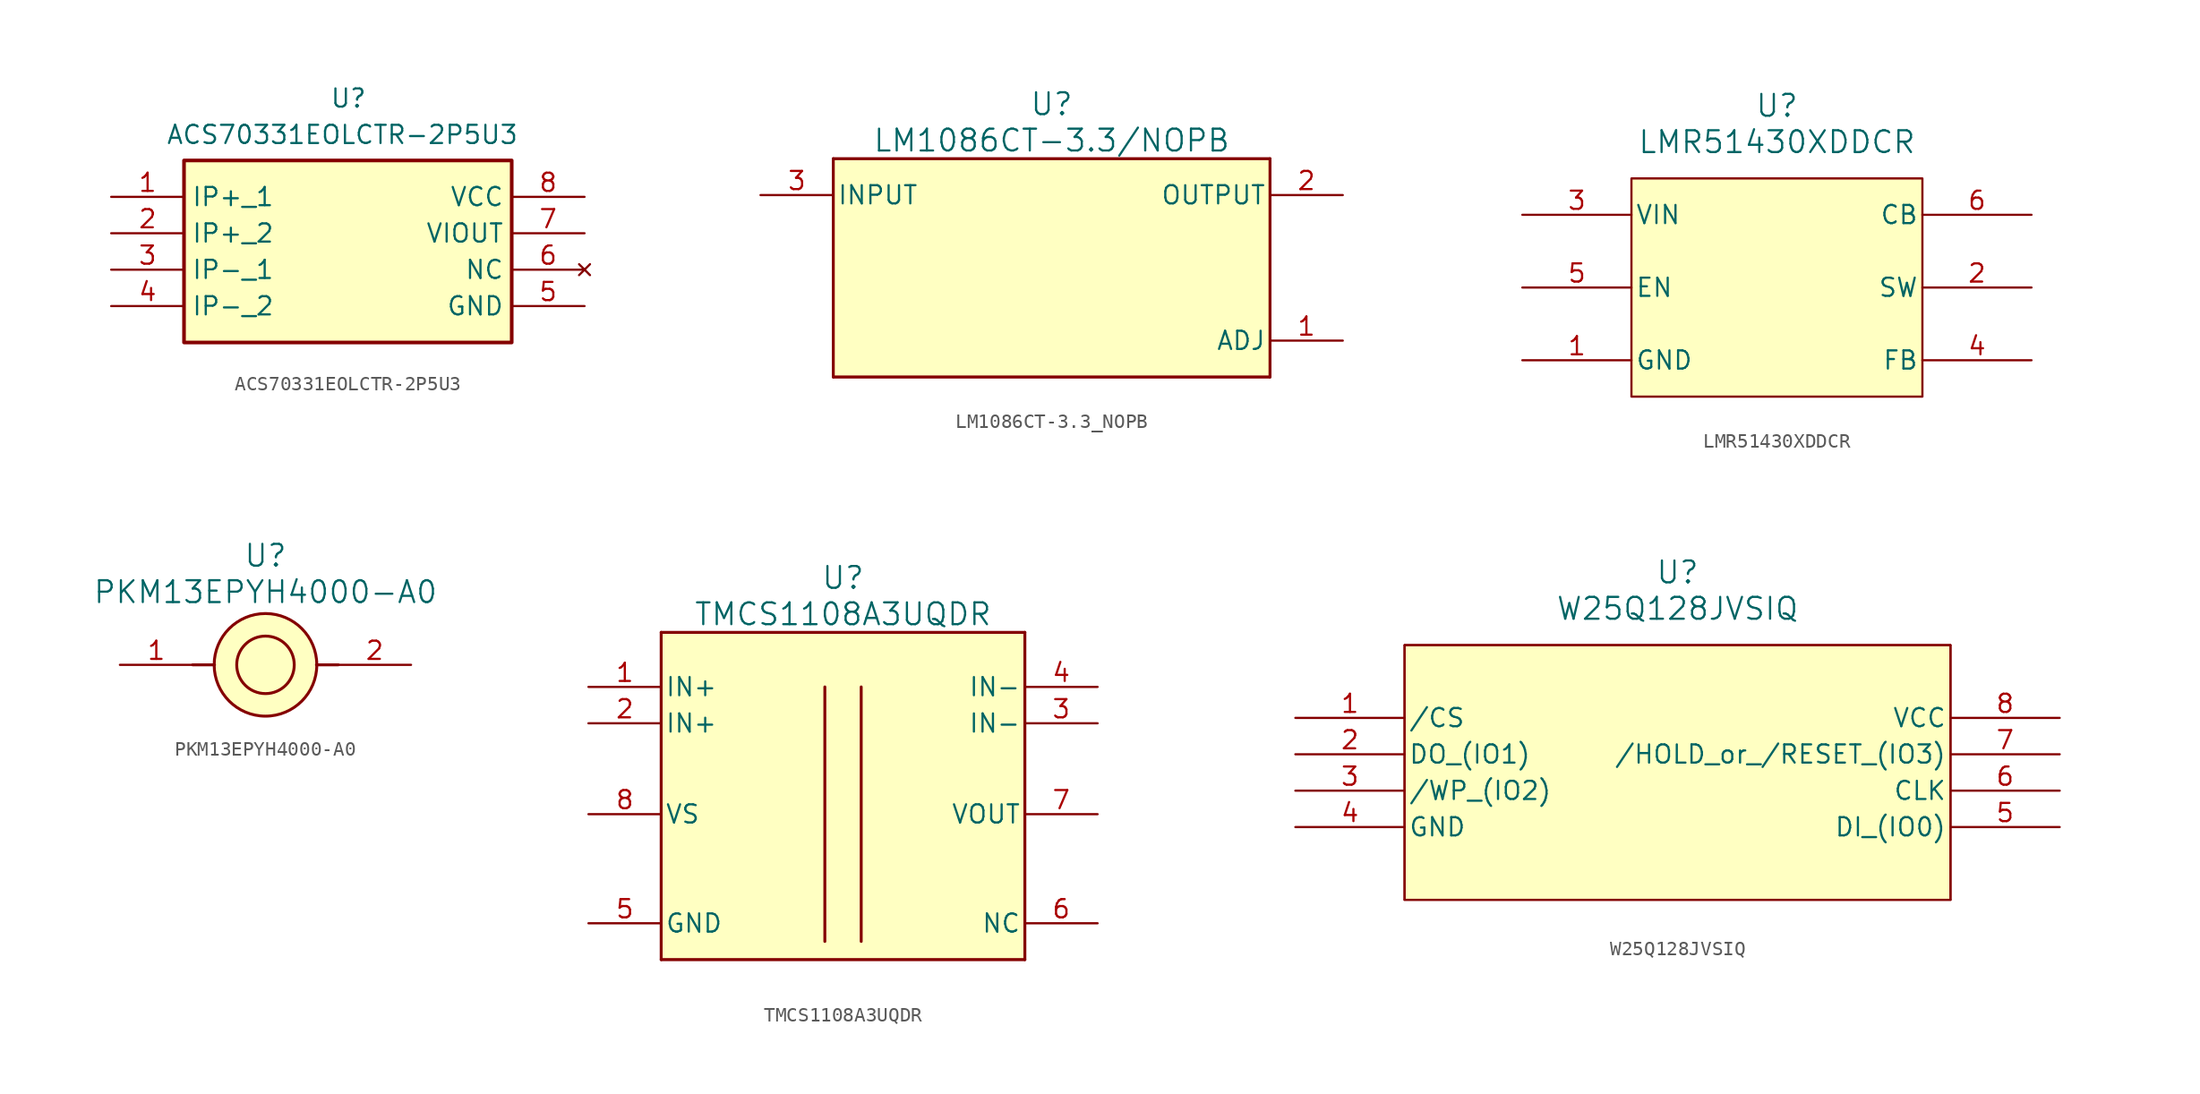
<source format=kicad_sym>
(kicad_symbol_lib
  (version 20220914)
  (generator kicad_symbol_editor)
  (symbol "ACS70331EOLCTR-2P5U3"
    (property "Reference" "U"
      (at -1.27 11.43 0)
      (effects (font (size 1.27 1.27)) (justify left top)))
    (property "Value" "ACS70331EOLCTR-2P5U3"
      (at -12.7 8.89 0)
      (effects (font (size 1.27 1.27)) (justify left top)))
    (symbol "ACS70331EOLCTR-2P5U3_1_1"
      (rectangle (start -11.43 6.35) (end 11.43 -6.35) (stroke (width 0.254) (type default)) (fill (type background)))
      (pin passive line (at -16.51 3.81 0) (length 5.08) (name "IP+_1" (effects (font (size 1.27 1.27)))) (number "1" (effects (font (size 1.27 1.27)))))
      (pin passive line (at -16.51 1.27 0) (length 5.08) (name "IP+_2" (effects (font (size 1.27 1.27)))) (number "2" (effects (font (size 1.27 1.27)))))
      (pin passive line (at -16.51 -1.27 0) (length 5.08) (name "IP-_1" (effects (font (size 1.27 1.27)))) (number "3" (effects (font (size 1.27 1.27)))))
      (pin passive line (at -16.51 -3.81 0) (length 5.08) (name "IP-_2" (effects (font (size 1.27 1.27)))) (number "4" (effects (font (size 1.27 1.27)))))
      (pin passive line (at 16.51 -3.81 180) (length 5.08) (name "GND" (effects (font (size 1.27 1.27)))) (number "5" (effects (font (size 1.27 1.27)))))
      (pin no_connect line (at 16.51 -1.27 180) (length 5.08) (name "NC" (effects (font (size 1.27 1.27)))) (number "6" (effects (font (size 1.27 1.27)))))
      (pin passive line (at 16.51 1.27 180) (length 5.08) (name "VIOUT" (effects (font (size 1.27 1.27)))) (number "7" (effects (font (size 1.27 1.27)))))
      (pin passive line (at 16.51 3.81 180) (length 5.08) (name "VCC" (effects (font (size 1.27 1.27)))) (number "8" (effects (font (size 1.27 1.27)))))))
  (symbol "LM1086CT-3.3_NOPB"
    (pin_names
      (offset 0.254))
    (property "Reference" "U"
      (at 0 11.43 0)
      (effects (font (size 1.524 1.524))))
    (property "Value" "LM1086CT-3.3/NOPB"
      (at 0 8.89 0)
      (effects (font (size 1.524 1.524))))
    (property "ki_locked" ""
      (at 0 0 0)
      (effects (font (size 1.27 1.27))))
    (symbol "LM1086CT-3.3_NOPB_0_1"
      (polyline (pts (xy -15.24 -7.62) (xy 15.24 -7.62)) (stroke (width 0.203) (type default)) (fill (type none)))
      (polyline (pts (xy -15.24 7.62) (xy -15.24 -7.62)) (stroke (width 0.203) (type default)) (fill (type none)))
      (polyline (pts (xy 15.24 -7.62) (xy 15.24 7.62)) (stroke (width 0.203) (type default)) (fill (type none)))
      (pin power_in line (at 20.32 5.08 180) (length 5.08) (name "OUTPUT" (effects (font (size 1.27 1.27)))) (number "2" (effects (font (size 1.27 1.27)))))
      (pin power_in line (at -20.32 5.08 0) (length 5.08) (name "INPUT" (effects (font (size 1.27 1.27)))) (number "3" (effects (font (size 1.27 1.27))))))
    (symbol "LM1086CT-3.3_NOPB_1_1"
      (rectangle (start -15.24 7.62) (end 15.24 -7.62) (stroke (width 0) (type default)) (fill (type background)))
      (polyline (pts (xy 15.24 7.62) (xy -15.24 7.62)) (stroke (width 0.203) (type default)) (fill (type background)))
      (pin power_in line (at 20.32 -5.08 180) (length 5.08) (name "ADJ" (effects (font (size 1.27 1.27)))) (number "1" (effects (font (size 1.27 1.27)))))))
  (symbol "LMR51430XDDCR"
    (pin_names
      (offset 0.254))
    (property "Reference" "U"
      (at 0 12.7 0)
      (effects (font (size 1.524 1.524))))
    (property "Value" "LMR51430XDDCR"
      (at 0 10.16 0)
      (effects (font (size 1.524 1.524))))
    (property "ki_locked" ""
      (at 0 0 0)
      (effects (font (size 1.27 1.27))))
    (symbol "LMR51430XDDCR_0_1"
      (pin power_out line (at -17.78 -5.08 0) (length 7.62) (name "GND" (effects (font (size 1.27 1.27)))) (number "1" (effects (font (size 1.27 1.27)))))
      (pin power_in line (at 17.78 0 180) (length 7.62) (name "SW" (effects (font (size 1.27 1.27)))) (number "2" (effects (font (size 1.27 1.27)))))
      (pin power_in line (at -17.78 5.08 0) (length 7.62) (name "VIN" (effects (font (size 1.27 1.27)))) (number "3" (effects (font (size 1.27 1.27)))))
      (pin power_in line (at 17.78 5.08 180) (length 7.62) (name "CB" (effects (font (size 1.27 1.27)))) (number "6" (effects (font (size 1.27 1.27))))))
    (symbol "LMR51430XDDCR_1_1"
      (rectangle (start -10.16 7.62) (end 10.16 -7.62) (stroke (width 0) (type default)) (fill (type background)))
      (pin passive line (at 17.78 -5.08 180) (length 7.62) (name "FB" (effects (font (size 1.27 1.27)))) (number "4" (effects (font (size 1.27 1.27)))))
      (pin passive line (at -17.78 0 0) (length 7.62) (name "EN" (effects (font (size 1.27 1.27)))) (number "5" (effects (font (size 1.27 1.27)))))))
  (symbol "PKM13EPYH4000-A0"
    (pin_names
      (offset 0.254))
    (property "Reference" "U"
      (at 0 7.62 0)
      (effects (font (size 1.524 1.524))))
    (property "Value" "PKM13EPYH4000-A0"
      (at 0 5.08 0)
      (effects (font (size 1.524 1.524))))
    (property "ki_locked" ""
      (at 0 0 0)
      (effects (font (size 1.27 1.27))))
    (symbol "PKM13EPYH4000-A0_0_1"
      (polyline (pts (xy -5.08 0) (xy -3.556 0)) (stroke (width 0.203) (type default)) (fill (type none)))
      (polyline (pts (xy 3.556 0) (xy 5.08 0)) (stroke (width 0.203) (type default)) (fill (type none)))
      (circle (center 0 0) (radius 2.007) (stroke (width 0.203) (type default)) (fill (type none)))
      (pin unspecified line (at -10.16 0 0) (length 5.08) (name "" (effects (font (size 1.27 1.27)))) (number "1" (effects (font (size 1.27 1.27)))))
      (pin unspecified line (at 10.16 0 180) (length 5.08) (name "" (effects (font (size 1.27 1.27)))) (number "2" (effects (font (size 1.27 1.27))))))
    (symbol "PKM13EPYH4000-A0_1_1"
      (circle (center 0 0) (radius 3.581) (stroke (width 0.203) (type default)) (fill (type background)))))
  (symbol "TMCS1108A3UQDR"
    (pin_names
      (offset 0.254))
    (property "Reference" "U"
      (at 0 16.51 0)
      (effects (font (size 1.524 1.524))))
    (property "Value" "TMCS1108A3UQDR"
      (at 0 13.97 0)
      (effects (font (size 1.524 1.524))))
    (property "ki_locked" ""
      (at 0 0 0)
      (effects (font (size 1.27 1.27))))
    (symbol "TMCS1108A3UQDR_0_1"
      (polyline (pts (xy -12.7 -10.16) (xy 12.7 -10.16)) (stroke (width 0.203) (type default)) (fill (type none)))
      (polyline (pts (xy -12.7 12.7) (xy -12.7 -10.16)) (stroke (width 0.203) (type default)) (fill (type none)))
      (polyline (pts (xy -1.27 8.89) (xy -1.27 -8.89)) (stroke (width 0.203) (type default)) (fill (type none)))
      (polyline (pts (xy 1.27 8.89) (xy 1.27 -8.89)) (stroke (width 0.203) (type default)) (fill (type none)))
      (polyline (pts (xy 12.7 -10.16) (xy 12.7 12.7)) (stroke (width 0.203) (type default)) (fill (type none)))
      (polyline (pts (xy 12.7 12.7) (xy -12.7 12.7)) (stroke (width 0.203) (type default)) (fill (type none)))
      (pin unspecified line (at -17.78 8.89 0) (length 5.08) (name "IN+" (effects (font (size 1.27 1.27)))) (number "1" (effects (font (size 1.27 1.27)))))
      (pin unspecified line (at -17.78 6.35 0) (length 5.08) (name "IN+" (effects (font (size 1.27 1.27)))) (number "2" (effects (font (size 1.27 1.27)))))
      (pin unspecified line (at 17.78 6.35 180) (length 5.08) (name "IN-" (effects (font (size 1.27 1.27)))) (number "3" (effects (font (size 1.27 1.27)))))
      (pin unspecified line (at 17.78 8.89 180) (length 5.08) (name "IN-" (effects (font (size 1.27 1.27)))) (number "4" (effects (font (size 1.27 1.27)))))
      (pin power_in line (at -17.78 -7.62 0) (length 5.08) (name "GND" (effects (font (size 1.27 1.27)))) (number "5" (effects (font (size 1.27 1.27)))))
      (pin unspecified line (at 17.78 -7.62 180) (length 5.08) (name "NC" (effects (font (size 1.27 1.27)))) (number "6" (effects (font (size 1.27 1.27)))))
      (pin unspecified line (at 17.78 0 180) (length 5.08) (name "VOUT" (effects (font (size 1.27 1.27)))) (number "7" (effects (font (size 1.27 1.27)))))
      (pin power_in line (at -17.78 0 0) (length 5.08) (name "VS" (effects (font (size 1.27 1.27)))) (number "8" (effects (font (size 1.27 1.27))))))
    (symbol "TMCS1108A3UQDR_1_1"
      (rectangle (start -12.7 12.7) (end 12.7 -10.16) (stroke (width 0) (type default)) (fill (type background)))))
  (symbol "W25Q128JVSIQ"
    (pin_names
      (offset 0.254))
    (property "Reference" "U"
      (at 0 13.97 0)
      (effects (font (size 1.524 1.524))))
    (property "Value" "W25Q128JVSIQ"
      (at 0 11.43 0)
      (effects (font (size 1.524 1.524))))
    (property "ki_locked" ""
      (at 0 0 0)
      (effects (font (size 1.27 1.27))))
    (symbol "W25Q128JVSIQ_0_1"
      (polyline (pts (xy -19.05 -8.89) (xy 19.05 -8.89)) (stroke (width 0.127) (type default)) (fill (type none)))
      (polyline (pts (xy -19.05 8.89) (xy -19.05 -8.89)) (stroke (width 0.127) (type default)) (fill (type none)))
      (polyline (pts (xy 19.05 -8.89) (xy 19.05 8.89)) (stroke (width 0.127) (type default)) (fill (type none)))
      (polyline (pts (xy 19.05 8.89) (xy -19.05 8.89)) (stroke (width 0.127) (type default)) (fill (type none)))
      (pin unspecified line (at -26.67 3.81 0) (length 7.62) (name "/CS" (effects (font (size 1.27 1.27)))) (number "1" (effects (font (size 1.27 1.27)))))
      (pin unspecified line (at -26.67 1.27 0) (length 7.62) (name "DO_(IO1)" (effects (font (size 1.27 1.27)))) (number "2" (effects (font (size 1.27 1.27)))))
      (pin power_out line (at -26.67 -3.81 0) (length 7.62) (name "GND" (effects (font (size 1.27 1.27)))) (number "4" (effects (font (size 1.27 1.27)))))
      (pin unspecified line (at 26.67 -3.81 180) (length 7.62) (name "DI_(IO0)" (effects (font (size 1.27 1.27)))) (number "5" (effects (font (size 1.27 1.27)))))
      (pin unspecified line (at 26.67 -1.27 180) (length 7.62) (name "CLK" (effects (font (size 1.27 1.27)))) (number "6" (effects (font (size 1.27 1.27)))))
      (pin unspecified line (at 26.67 1.27 180) (length 7.62) (name "/HOLD_or_/RESET_(IO3)" (effects (font (size 1.27 1.27)))) (number "7" (effects (font (size 1.27 1.27)))))
      (pin power_in line (at 26.67 3.81 180) (length 7.62) (name "VCC" (effects (font (size 1.27 1.27)))) (number "8" (effects (font (size 1.27 1.27))))))
    (symbol "W25Q128JVSIQ_1_1"
      (rectangle (start -19.05 8.89) (end 19.05 -8.89) (stroke (width 0) (type default)) (fill (type background)))
      (pin unspecified line (at -26.67 -1.27 0) (length 7.62) (name "/WP_(IO2)" (effects (font (size 1.27 1.27)))) (number "3" (effects (font (size 1.27 1.27))))))))
</source>
